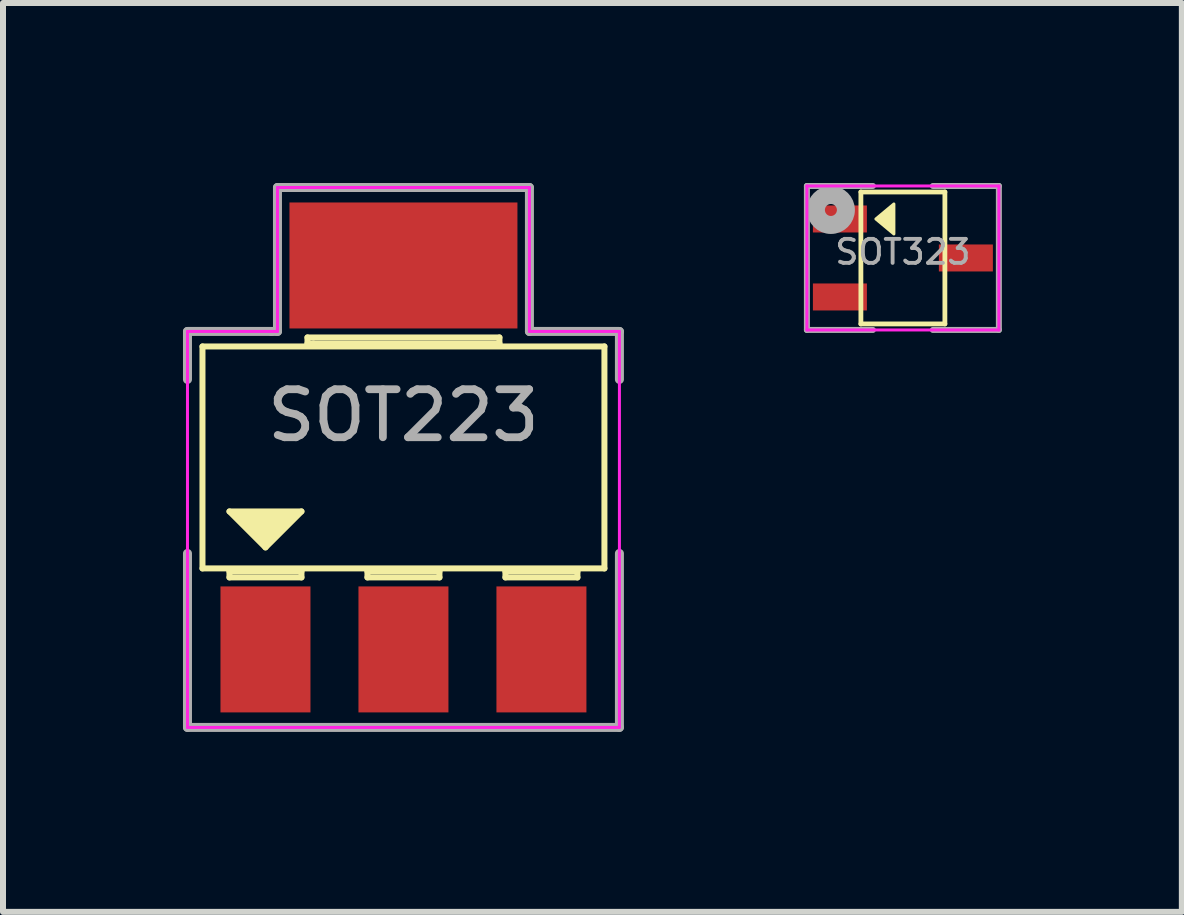
<source format=kicad_pcb>
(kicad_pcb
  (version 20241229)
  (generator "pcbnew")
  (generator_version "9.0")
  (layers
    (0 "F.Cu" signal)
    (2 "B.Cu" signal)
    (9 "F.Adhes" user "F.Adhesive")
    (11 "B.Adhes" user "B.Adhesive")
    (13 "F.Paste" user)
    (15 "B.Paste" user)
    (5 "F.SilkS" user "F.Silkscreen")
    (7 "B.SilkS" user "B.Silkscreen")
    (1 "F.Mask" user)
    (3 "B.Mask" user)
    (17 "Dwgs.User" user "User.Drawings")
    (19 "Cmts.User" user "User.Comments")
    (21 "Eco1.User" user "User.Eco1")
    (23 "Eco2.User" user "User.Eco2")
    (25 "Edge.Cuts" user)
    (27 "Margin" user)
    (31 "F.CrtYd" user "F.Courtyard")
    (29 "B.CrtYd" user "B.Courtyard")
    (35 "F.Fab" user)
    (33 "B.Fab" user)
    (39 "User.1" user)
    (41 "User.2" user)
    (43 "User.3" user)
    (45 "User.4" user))
  (footprint "SOT223"
    (layer "F.Cu")
    (at 3.675 4.575)
    (property "Reference" "SOT223" (at 0 -0.7 0) (layer "F.Fab") (effects (font (size 0.8 0.8) (thickness 0.13))))
    (attr smd)
    (fp_line (start -3.35 -1.85) (end 3.35 -1.85) (stroke (width 0.1) (type solid)) (layer "F.SilkS"))
    (fp_line (start -3.35 1.85) (end -3.35 -1.85) (stroke (width 0.1) (type solid)) (layer "F.SilkS"))
    (fp_line (start -2.9 0.9) (end -1.7 0.9) (stroke (width 0.1) (type solid)) (layer "F.SilkS"))
    (fp_line (start -2.9 1.9) (end -2.9 2) (stroke (width 0.1) (type solid)) (layer "F.SilkS"))
    (fp_line (start -2.9 1.9) (end -1.7 1.9) (stroke (width 0.1) (type solid)) (layer "F.SilkS"))
    (fp_line (start -2.9 2) (end -1.7 2) (stroke (width 0.1) (type solid)) (layer "F.SilkS"))
    (fp_line (start -2.7 1.05) (end -1.9 1.05) (stroke (width 0.12) (type solid)) (layer "F.SilkS"))
    (fp_line (start -2.4 1.3) (end -2.2 1.3) (stroke (width 0.12) (type solid)) (layer "F.SilkS"))
    (fp_line (start -2.3 1.4) (end -2.4 1.3) (stroke (width 0.12) (type solid)) (layer "F.SilkS"))
    (fp_line (start -2.3 1.5) (end -2.9 0.9) (stroke (width 0.1) (type solid)) (layer "F.SilkS"))
    (fp_line (start -2.2 1.3) (end -2.3 1.4) (stroke (width 0.12) (type solid)) (layer "F.SilkS"))
    (fp_line (start -2.1 1.25) (end -2.5 1.25) (stroke (width 0.12) (type solid)) (layer "F.SilkS"))
    (fp_line (start -2 1.15) (end -2.6 1.15) (stroke (width 0.12) (type solid)) (layer "F.SilkS"))
    (fp_line (start -1.8 0.95) (end -2.8 0.95) (stroke (width 0.12) (type solid)) (layer "F.SilkS"))
    (fp_line (start -1.7 0.9) (end -2.3 1.5) (stroke (width 0.1) (type solid)) (layer "F.SilkS"))
    (fp_line (start -1.7 2) (end -1.7 1.9) (stroke (width 0.1) (type solid)) (layer "F.SilkS"))
    (fp_line (start -1.6 -2) (end 1.6 -2) (stroke (width 0.1) (type solid)) (layer "F.SilkS"))
    (fp_line (start -1.6 -1.9) (end -1.6 -2) (stroke (width 0.1) (type solid)) (layer "F.SilkS"))
    (fp_line (start -1.5 -1.9) (end -1.6 -1.9) (stroke (width 0.1) (type solid)) (layer "F.SilkS"))
    (fp_line (start -0.6 1.9) (end -0.6 2) (stroke (width 0.1) (type solid)) (layer "F.SilkS"))
    (fp_line (start -0.6 1.9) (end 0.6 1.9) (stroke (width 0.1) (type solid)) (layer "F.SilkS"))
    (fp_line (start -0.6 2) (end 0.6 2) (stroke (width 0.1) (type solid)) (layer "F.SilkS"))
    (fp_line (start 0.6 2) (end 0.6 1.9) (stroke (width 0.1) (type solid)) (layer "F.SilkS"))
    (fp_line (start 1.6 -2) (end 1.6 -1.9) (stroke (width 0.1) (type solid)) (layer "F.SilkS"))
    (fp_line (start 1.6 -1.9) (end -1.5 -1.9) (stroke (width 0.1) (type solid)) (layer "F.SilkS"))
    (fp_line (start 1.7 1.9) (end 1.7 2) (stroke (width 0.1) (type solid)) (layer "F.SilkS"))
    (fp_line (start 1.7 1.9) (end 2.9 1.9) (stroke (width 0.1) (type solid)) (layer "F.SilkS"))
    (fp_line (start 1.7 2) (end 2.9 2) (stroke (width 0.1) (type solid)) (layer "F.SilkS"))
    (fp_line (start 2.9 2) (end 2.9 1.9) (stroke (width 0.1) (type solid)) (layer "F.SilkS"))
    (fp_line (start 3.35 -1.85) (end 3.35 1.85) (stroke (width 0.1) (type solid)) (layer "F.SilkS"))
    (fp_line (start 3.35 1.85) (end -3.35 1.85) (stroke (width 0.1) (type solid)) (layer "F.SilkS"))
    (fp_line (start -3.6 -2.1) (end -2.1 -2.1) (stroke (width 0.05) (type solid)) (layer "F.CrtYd"))
    (fp_line (start -3.6 4.5) (end -3.6 -2.1) (stroke (width 0.05) (type solid)) (layer "F.CrtYd"))
    (fp_line (start -2.1 -4.5) (end 2.1 -4.5) (stroke (width 0.05) (type solid)) (layer "F.CrtYd"))
    (fp_line (start -2.1 -2.1) (end -2.1 -4.5) (stroke (width 0.05) (type solid)) (layer "F.CrtYd"))
    (fp_line (start 2.1 -4.5) (end 2.1 -2.1) (stroke (width 0.05) (type solid)) (layer "F.CrtYd"))
    (fp_line (start 2.1 -2.1) (end 3.6 -2.1) (stroke (width 0.05) (type solid)) (layer "F.CrtYd"))
    (fp_line (start 3.6 -2.1) (end 3.6 4.5) (stroke (width 0.05) (type solid)) (layer "F.CrtYd"))
    (fp_line (start 3.6 4.5) (end -3.6 4.5) (stroke (width 0.05) (type solid)) (layer "F.CrtYd"))
    (fp_line (start -3.6 -2.1) (end -3.6 -1.3) (stroke (width 0.15) (type solid)) (layer "F.Fab"))
    (fp_line (start -3.6 -2.1) (end -2.2 -2.1) (stroke (width 0.15) (type solid)) (layer "F.Fab"))
    (fp_line (start -3.6 1.6) (end -3.6 4.5) (stroke (width 0.15) (type solid)) (layer "F.Fab"))
    (fp_line (start -3.6 4.5) (end 3.6 4.5) (stroke (width 0.15) (type solid)) (layer "F.Fab"))
    (fp_line (start -2.2 -2.1) (end -2.1 -2.1) (stroke (width 0.15) (type solid)) (layer "F.Fab"))
    (fp_line (start -2.1 -4.5) (end 2.1 -4.5) (stroke (width 0.15) (type solid)) (layer "F.Fab"))
    (fp_line (start -2.1 -2.1) (end -2.1 -4.5) (stroke (width 0.15) (type solid)) (layer "F.Fab"))
    (fp_line (start 2.1 -4.5) (end 2.1 -2.1) (stroke (width 0.15) (type solid)) (layer "F.Fab"))
    (fp_line (start 2.1 -2.1) (end 3.6 -2.1) (stroke (width 0.15) (type solid)) (layer "F.Fab"))
    (fp_line (start 3.6 -2.1) (end 3.6 -1.3) (stroke (width 0.15) (type solid)) (layer "F.Fab"))
    (fp_line (start 3.6 4.5) (end 3.6 1.6) (stroke (width 0.15) (type solid)) (layer "F.Fab"))
    (pad "1" smd rect (at -2.3 3.2 90) (size 2.1 1.5) (layers "F.Cu" "F.Mask" "F.Paste"))
    (pad "2" smd rect (at 0 -3.2 90) (size 2.1 3.8) (layers "F.Cu" "F.Mask" "F.Paste"))
    (pad "2" smd rect (at 0 3.2 90) (size 2.1 1.5) (layers "F.Cu" "F.Mask" "F.Paste"))
    (pad "3" smd rect (at 2.3 3.2 90) (size 2.1 1.5) (layers "F.Cu" "F.Mask" "F.Paste")))
  (footprint "SOT323"
    (layer "F.Cu")
    (at 12 1.25)
    (property "Reference" "SOT323" (at 0 -0.1 0) (layer "F.Fab") (effects (font (size 0.4 0.4) (thickness 0.065))))
    (attr smd)
    (fp_line (start -0.7 -1.1) (end 0.7 -1.1) (stroke (width 0.08) (type solid)) (layer "F.SilkS"))
    (fp_line (start -0.7 1.1) (end -0.7 -1.1) (stroke (width 0.08) (type solid)) (layer "F.SilkS"))
    (fp_line (start 0.7 -1.1) (end 0.7 1.1) (stroke (width 0.08) (type solid)) (layer "F.SilkS"))
    (fp_line (start 0.7 1.1) (end -0.7 1.1) (stroke (width 0.08) (type solid)) (layer "F.SilkS"))
    (fp_poly (pts (xy -0.15 -0.4) (xy -0.45 -0.65) (xy -0.15 -0.9)) (stroke (width 0.05) (type solid)) (fill yes) (layer "F.SilkS"))
    (fp_line (start -1.6 -1.2) (end 1.6 -1.2) (stroke (width 0.05) (type solid)) (layer "F.CrtYd"))
    (fp_line (start -1.6 1.2) (end -1.6 -1.2) (stroke (width 0.05) (type solid)) (layer "F.CrtYd"))
    (fp_line (start 1.6 -1.2) (end 1.6 1.2) (stroke (width 0.05) (type solid)) (layer "F.CrtYd"))
    (fp_line (start 1.6 1.2) (end -1.6 1.2) (stroke (width 0.05) (type solid)) (layer "F.CrtYd"))
    (fp_line (start -1.6 -1.2) (end -1.6 1.2) (stroke (width 0.1) (type solid)) (layer "F.Fab"))
    (fp_line (start -1.6 1.2) (end -0.5 1.2) (stroke (width 0.1) (type solid)) (layer "F.Fab"))
    (fp_line (start -0.5 -1.2) (end -1.6 -1.2) (stroke (width 0.1) (type solid)) (layer "F.Fab"))
    (fp_line (start 0.5 1.2) (end 1.6 1.2) (stroke (width 0.1) (type solid)) (layer "F.Fab"))
    (fp_line (start 1.6 -1.2) (end 0.5 -1.2) (stroke (width 0.1) (type solid)) (layer "F.Fab"))
    (fp_line (start 1.6 1.2) (end 1.6 -1.2) (stroke (width 0.1) (type solid)) (layer "F.Fab"))
    (fp_circle (center -1.2 -0.8) (end -1.1 -0.8) (stroke (width 0.3) (type solid)) (fill no) (layer "F.Fab"))
    (pad "1" smd rect (at -1.05 -0.65) (size 0.9 0.45) (layers "F.Cu" "F.Mask" "F.Paste"))
    (pad "2" smd rect (at 1.05 0) (size 0.9 0.45) (layers "F.Cu" "F.Mask" "F.Paste"))
    (pad "3" smd rect (at -1.05 0.65) (size 0.9 0.45) (layers "F.Cu" "F.Mask" "F.Paste")))
  (gr_rect
    (start -3 -3)
    (end 16.65 12.15)
    (stroke (width 0.1) (type default))
    (fill no)
    (layer "Edge.Cuts")))
</source>
